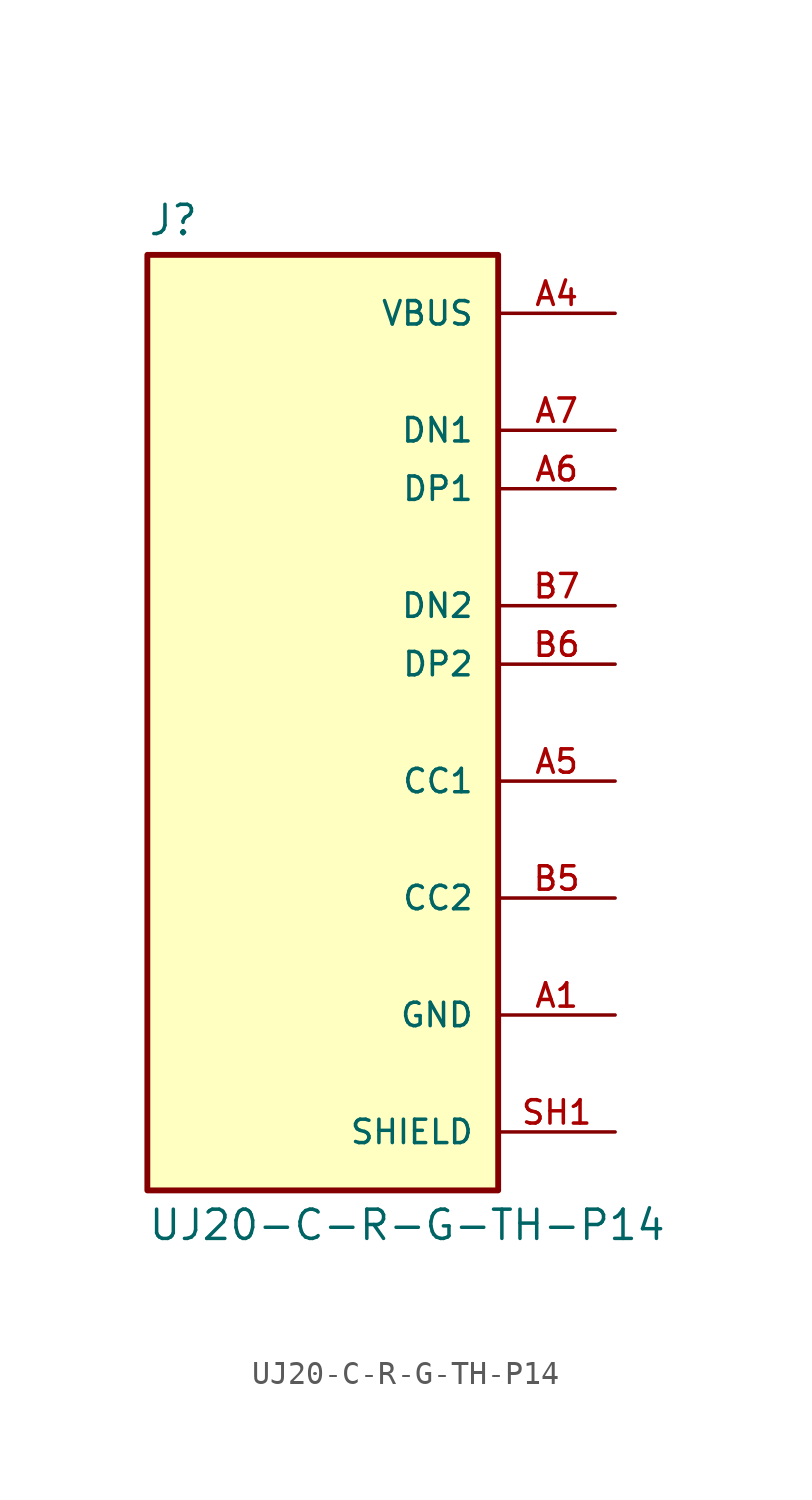
<source format=kicad_sym>
(kicad_symbol_lib
  (version 20241209)
  (generator "kicad_symbol_editor")
  (generator_version "9.0")
  (symbol "UJ20-C-R-G-TH-P14"
    (pin_names
      (offset 1.016))
    (property "Reference" "J"
      (at -7.62 21.082 0)
      (effects (font (size 1.27 1.27)) (justify left bottom)))
    (property "Value" "UJ20-C-R-G-TH-P14"
      (at -7.62 -21.082 0)
      (effects (font (size 1.27 1.27)) (justify left top)))
    (symbol "UJ20-C-R-G-TH-P14_0_0"
      (rectangle (start -7.62 -20.32) (end 7.62 20.32) (stroke (width 0.254) (type default)) (fill (type background)))
      (pin power_in line (at 12.7 17.78 180) (length 5.08) (name "VBUS" (effects (font (size 1.016 1.016)))) (number "A4" (effects (font (size 1.016 1.016)))))
      (pin power_in line (at 12.7 17.78 180) (length 5.08) (hide yes) (name "VBUS" (effects (font (size 1.016 1.016)))) (number "A9" (effects (font (size 1.016 1.016)))))
      (pin power_in line (at 12.7 17.78 180) (length 5.08) (hide yes) (name "VBUS" (effects (font (size 1.016 1.016)))) (number "B4" (effects (font (size 1.016 1.016)))))
      (pin power_in line (at 12.7 17.78 180) (length 5.08) (hide yes) (name "VBUS" (effects (font (size 1.016 1.016)))) (number "B9" (effects (font (size 1.016 1.016)))))
      (pin passive line (at 12.7 12.7 180) (length 5.08) (name "DN1" (effects (font (size 1.016 1.016)))) (number "A7" (effects (font (size 1.016 1.016)))))
      (pin passive line (at 12.7 10.16 180) (length 5.08) (name "DP1" (effects (font (size 1.016 1.016)))) (number "A6" (effects (font (size 1.016 1.016)))))
      (pin passive line (at 12.7 5.08 180) (length 5.08) (name "DN2" (effects (font (size 1.016 1.016)))) (number "B7" (effects (font (size 1.016 1.016)))))
      (pin passive line (at 12.7 2.54 180) (length 5.08) (name "DP2" (effects (font (size 1.016 1.016)))) (number "B6" (effects (font (size 1.016 1.016)))))
      (pin passive line (at 12.7 -2.54 180) (length 5.08) (name "CC1" (effects (font (size 1.016 1.016)))) (number "A5" (effects (font (size 1.016 1.016)))))
      (pin passive line (at 12.7 -7.62 180) (length 5.08) (name "CC2" (effects (font (size 1.016 1.016)))) (number "B5" (effects (font (size 1.016 1.016)))))
      (pin power_in line (at 12.7 -12.7 180) (length 5.08) (name "GND" (effects (font (size 1.016 1.016)))) (number "A1" (effects (font (size 1.016 1.016)))))
      (pin power_in line (at 12.7 -12.7 180) (length 5.08) (hide yes) (name "GND" (effects (font (size 1.016 1.016)))) (number "A12" (effects (font (size 1.016 1.016)))))
      (pin power_in line (at 12.7 -12.7 180) (length 5.08) (hide yes) (name "GND" (effects (font (size 1.016 1.016)))) (number "B1" (effects (font (size 1.016 1.016)))))
      (pin power_in line (at 12.7 -12.7 180) (length 5.08) (hide yes) (name "GND" (effects (font (size 1.016 1.016)))) (number "B12" (effects (font (size 1.016 1.016)))))
      (pin passive line (at 12.7 -17.78 180) (length 5.08) (name "SHIELD" (effects (font (size 1.016 1.016)))) (number "SH1" (effects (font (size 1.016 1.016)))))
      (pin passive line (at 12.7 -17.78 180) (length 5.08) (hide yes) (name "SHIELD" (effects (font (size 1.016 1.016)))) (number "SH2" (effects (font (size 1.016 1.016)))))
      (pin passive line (at 12.7 -17.78 180) (length 5.08) (hide yes) (name "SHIELD" (effects (font (size 1.016 1.016)))) (number "SH3" (effects (font (size 1.016 1.016)))))
      (pin passive line (at 12.7 -17.78 180) (length 5.08) (hide yes) (name "SHIELD" (effects (font (size 1.016 1.016)))) (number "SH4" (effects (font (size 1.016 1.016))))))))
</source>
